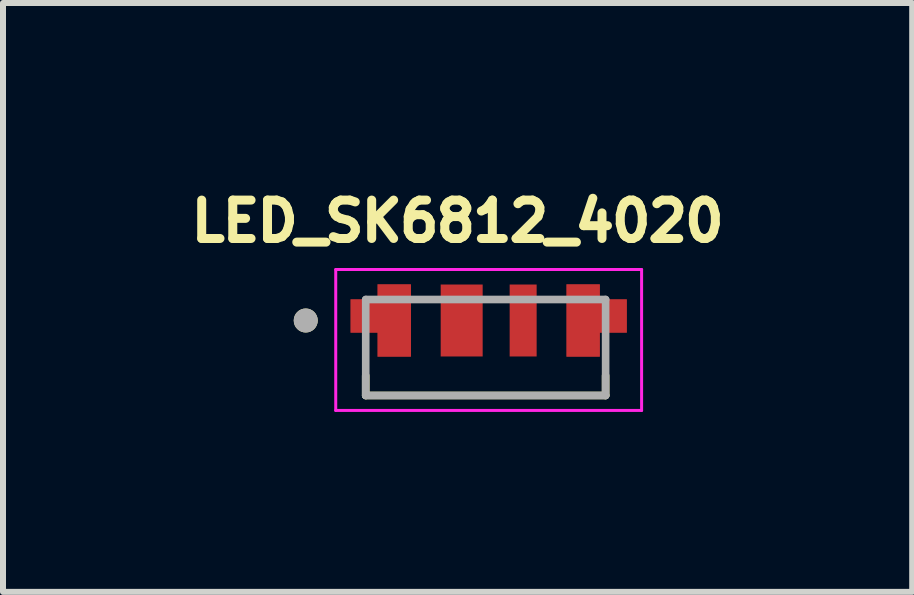
<source format=kicad_pcb>
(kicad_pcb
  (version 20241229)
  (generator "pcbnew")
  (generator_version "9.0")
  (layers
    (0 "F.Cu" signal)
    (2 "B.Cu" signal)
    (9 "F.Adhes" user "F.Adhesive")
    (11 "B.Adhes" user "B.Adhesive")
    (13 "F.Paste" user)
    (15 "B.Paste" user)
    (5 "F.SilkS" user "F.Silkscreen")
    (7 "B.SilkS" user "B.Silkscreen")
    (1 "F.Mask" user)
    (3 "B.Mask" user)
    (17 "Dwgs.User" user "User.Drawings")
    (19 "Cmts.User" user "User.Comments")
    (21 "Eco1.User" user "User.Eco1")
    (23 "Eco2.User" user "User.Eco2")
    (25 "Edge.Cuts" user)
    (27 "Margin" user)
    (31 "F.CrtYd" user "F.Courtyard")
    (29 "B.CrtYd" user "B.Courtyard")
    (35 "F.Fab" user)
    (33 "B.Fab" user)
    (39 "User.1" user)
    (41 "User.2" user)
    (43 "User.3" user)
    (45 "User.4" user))
  (footprint "LED_SK6812_4020"
    (layer "F.Cu")
    (at 5.048 2.744)
    (property "Reference" "LED_SK6812_4020" (at -0.468 -2.106 0) (layer "F.SilkS") (effects (font (size 0.64 0.64) (thickness 0.15))))
    (attr smd)
    (fp_poly (pts (xy -1.15 -1.15) (xy -1.15 0.25) (xy -1.9 0.25) (xy -1.9 -0.15) (xy -2.35 -0.15) (xy -2.35 -0.9) (xy -1.9 -0.9) (xy -1.9 -1.15)) (stroke (width 0.01) (type solid)) (fill yes) (layer "F.Mask"))
    (fp_poly (pts (xy 1.25 0.25) (xy 1.25 -1.15) (xy 2 -1.15) (xy 2 -0.9) (xy 2.45 -0.9) (xy 2.45 -0.15) (xy 2 -0.15) (xy 2 0.25)) (stroke (width 0.01) (type solid)) (fill yes) (layer "F.Mask"))
    (fp_line (start -2 0.8) (end -2 0.47) (stroke (width 0.127) (type solid)) (layer "F.SilkS"))
    (fp_line (start 2 0.8) (end -2 0.8) (stroke (width 0.127) (type solid)) (layer "F.SilkS"))
    (fp_line (start 2 0.8) (end 2 0.47) (stroke (width 0.127) (type solid)) (layer "F.SilkS"))
    (fp_circle (center -3 -0.45) (end -2.9 -0.45) (stroke (width 0.2) (type solid)) (fill no) (layer "F.SilkS"))
    (fp_poly (pts (xy -1.25 -1.05) (xy -1.25 0.15) (xy -1.8 0.15) (xy -1.8 -0.25) (xy -2.25 -0.25) (xy -2.25 -0.8) (xy -1.8 -0.8) (xy -1.8 -1.05)) (stroke (width 0.01) (type solid)) (fill yes) (layer "F.Paste"))
    (fp_poly (pts (xy 1.35 0.15) (xy 1.35 -1.05) (xy 1.9 -1.05) (xy 1.9 -0.8) (xy 2.35 -0.8) (xy 2.35 -0.25) (xy 1.9 -0.25) (xy 1.9 0.15)) (stroke (width 0.01) (type solid)) (fill yes) (layer "F.Paste"))
    (fp_line (start -2.5 -1.3) (end -2.5 1.05) (stroke (width 0.05) (type solid)) (layer "F.CrtYd"))
    (fp_line (start -2.5 1.05) (end 2.6 1.05) (stroke (width 0.05) (type solid)) (layer "F.CrtYd"))
    (fp_line (start 2.6 -1.3) (end -2.5 -1.3) (stroke (width 0.05) (type solid)) (layer "F.CrtYd"))
    (fp_line (start 2.6 1.05) (end 2.6 -1.3) (stroke (width 0.05) (type solid)) (layer "F.CrtYd"))
    (fp_line (start -2 -0.8) (end 2 -0.8) (stroke (width 0.127) (type solid)) (layer "F.Fab"))
    (fp_line (start -2 0.8) (end -2 -0.8) (stroke (width 0.127) (type solid)) (layer "F.Fab"))
    (fp_line (start 2 -0.8) (end 2 0.8) (stroke (width 0.127) (type solid)) (layer "F.Fab"))
    (fp_line (start 2 0.8) (end -2 0.8) (stroke (width 0.127) (type solid)) (layer "F.Fab"))
    (fp_circle (center -3 -0.45) (end -2.9 -0.45) (stroke (width 0.2) (type solid)) (fill no) (layer "F.Fab"))
    (pad "1" smd custom (at -1.8 -0.45) (size 0.1 0.1) (layers "F.Cu") (options (anchor rect)) (primitives (gr_poly (pts (xy 0.55 -0.6) (xy 0.55 0.6) (xy 0 0.6) (xy 0 0.2) (xy -0.45 0.2) (xy -0.45 -0.35) (xy 0 -0.35) (xy 0 -0.6)) (width 0.01) (fill yes))))
    (pad "2" smd rect (at -0.4 -0.45) (size 0.7 1.2) (layers "F.Cu" "F.Mask" "F.Paste"))
    (pad "3" smd rect (at 0.625 -0.45) (size 0.45 1.2) (layers "F.Cu" "F.Mask" "F.Paste"))
    (pad "4" smd custom (at 1.9 -0.45) (size 0.1 0.1) (layers "F.Cu") (options (anchor rect)) (primitives (gr_poly (pts (xy -0.55 0.6) (xy -0.55 -0.6) (xy 0 -0.6) (xy 0 -0.35) (xy 0.45 -0.35) (xy 0.45 0.2) (xy 0 0.2) (xy 0 0.6)) (width 0.01) (fill yes)))))
  (gr_rect
    (start -3 -3)
    (end 12.16 6.819)
    (stroke (width 0.1) (type default))
    (fill no)
    (layer "Edge.Cuts")))
</source>
